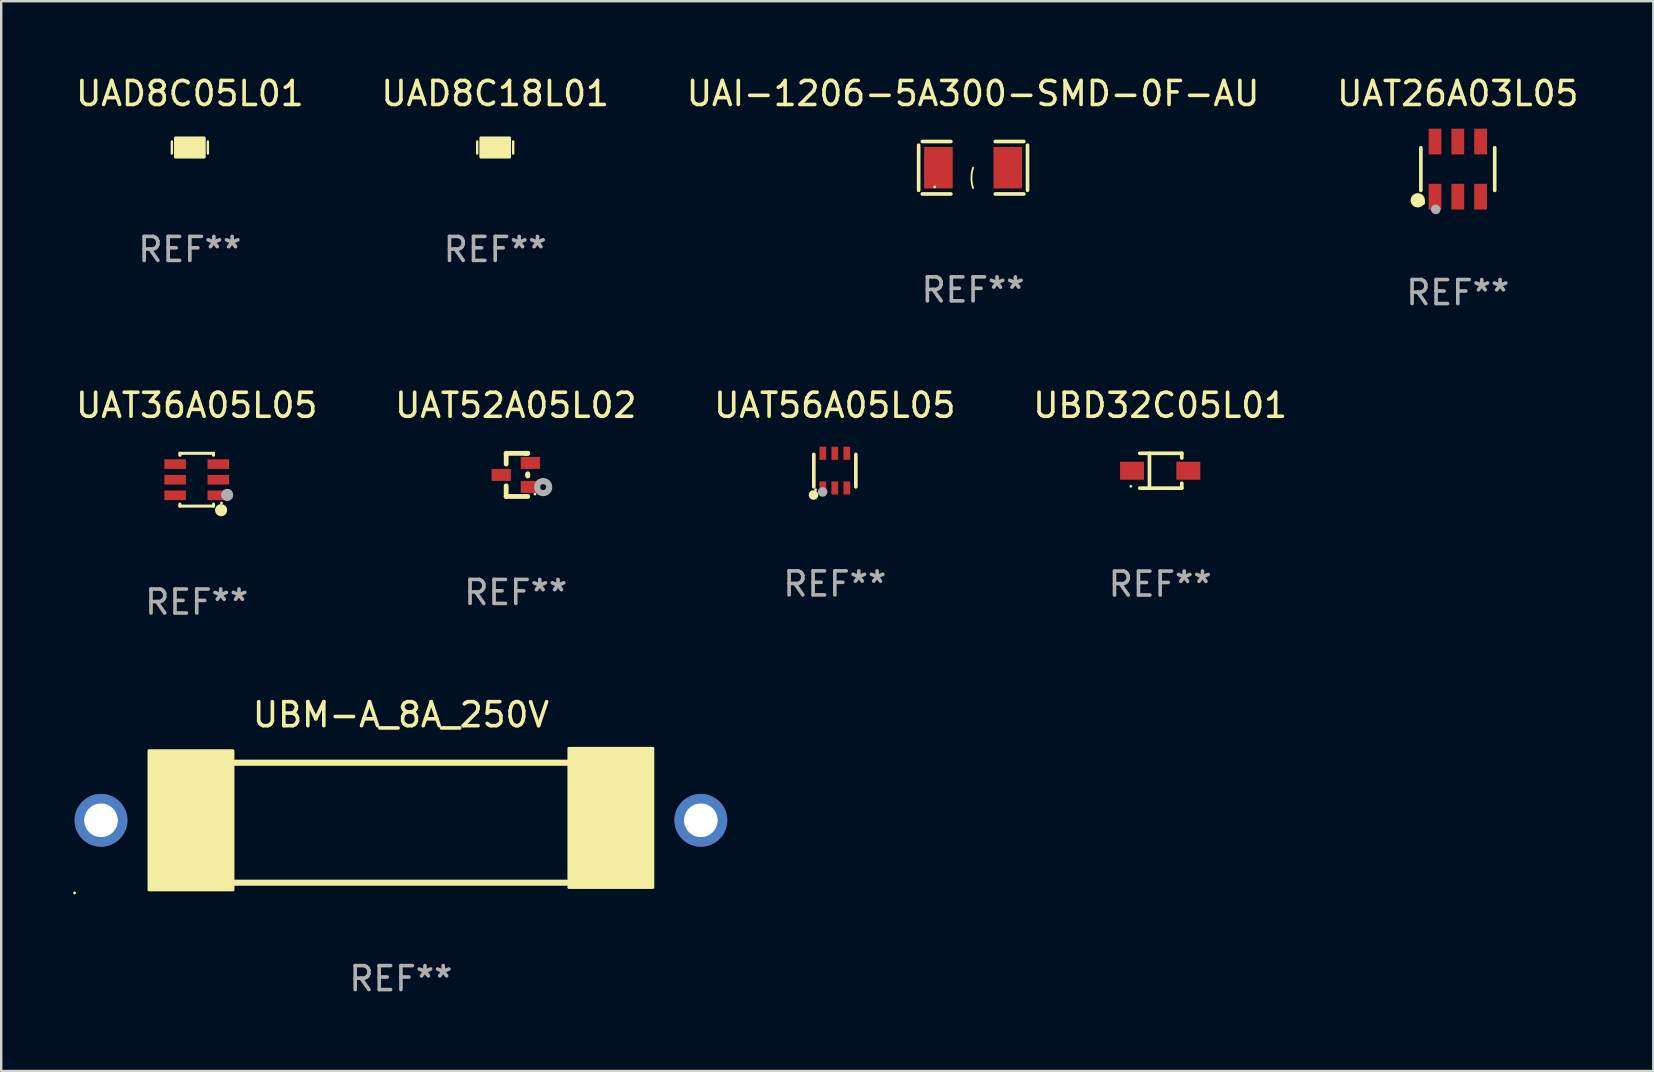
<source format=kicad_pcb>
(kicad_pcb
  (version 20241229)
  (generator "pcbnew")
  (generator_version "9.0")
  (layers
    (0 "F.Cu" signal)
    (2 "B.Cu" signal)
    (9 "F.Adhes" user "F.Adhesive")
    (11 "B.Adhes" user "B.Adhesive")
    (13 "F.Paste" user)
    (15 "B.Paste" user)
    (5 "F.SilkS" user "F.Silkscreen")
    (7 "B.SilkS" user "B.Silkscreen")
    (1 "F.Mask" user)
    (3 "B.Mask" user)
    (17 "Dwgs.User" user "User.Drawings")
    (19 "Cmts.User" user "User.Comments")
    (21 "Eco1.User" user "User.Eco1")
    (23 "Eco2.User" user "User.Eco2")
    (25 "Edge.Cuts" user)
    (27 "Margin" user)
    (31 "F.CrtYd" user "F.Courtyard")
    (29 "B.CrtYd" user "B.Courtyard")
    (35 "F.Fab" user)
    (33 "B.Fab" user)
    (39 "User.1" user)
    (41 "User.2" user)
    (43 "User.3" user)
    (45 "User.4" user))
  (footprint "UAT56A05L05"
    (layer "F.Cu")
    (at 31.744 16.565)
    (property "Reference" "UAT56A05L05" (at 0 -2.723 0) (layer "F.SilkS") (effects (font (size 1 1) (thickness 0.15))))
    (attr through_hole)
    (fp_line (start -0.876 0.676) (end -0.876 -0.676) (stroke (width 0.152) (type solid)) (layer "F.SilkS"))
    (fp_line (start 0.876 0.676) (end 0.876 -0.676) (stroke (width 0.152) (type solid)) (layer "F.SilkS"))
    (fp_circle (center -0.889 1.016) (end -0.789 1.016) (stroke (width 0.2) (type solid)) (fill no) (layer "F.SilkS"))
    (fp_circle (center -0.8 0.795) (end -0.77 0.795) (stroke (width 0.06) (type solid)) (fill no) (layer "F.SilkS"))
    (fp_circle (center -0.508 0.889) (end -0.408 0.889) (stroke (width 0.2) (type solid)) (fill no) (layer "F.Fab"))
    (fp_text user "REF**" (at 0 4.723 0) (layer "F.Fab") (effects (font (size 1 1) (thickness 0.15))))
    (pad "1" smd rect (at -0.5 0.723) (size 0.28 0.545) (layers "F.Cu" "F.Mask" "F.Paste"))
    (pad "2" smd rect (at 0 0.723) (size 0.28 0.545) (layers "F.Cu" "F.Mask" "F.Paste"))
    (pad "3" smd rect (at 0.5 0.723) (size 0.28 0.545) (layers "F.Cu" "F.Mask" "F.Paste"))
    (pad "4" smd rect (at 0.5 -0.723) (size 0.28 0.545) (layers "F.Cu" "F.Mask" "F.Paste"))
    (pad "5" smd rect (at 0 -0.723) (size 0.28 0.545) (layers "F.Cu" "F.Mask" "F.Paste"))
    (pad "6" smd rect (at -0.5 -0.723) (size 0.28 0.545) (layers "F.Cu" "F.Mask" "F.Paste")))
  (footprint "UAT36A05L05"
    (layer "F.Cu")
    (at 5.149 16.943)
    (property "Reference" "UAT36A05L05" (at 0 -3.1 0) (layer "F.SilkS") (effects (font (size 1 1) (thickness 0.15))))
    (attr through_hole)
    (fp_line (start -0.7 -1.018) (end -0.7 -1.1) (stroke (width 0.127) (type solid)) (layer "F.SilkS"))
    (fp_line (start -0.7 1.1) (end -0.7 1.018) (stroke (width 0.127) (type solid)) (layer "F.SilkS"))
    (fp_line (start 0.7 -1.1) (end -0.7 -1.1) (stroke (width 0.127) (type solid)) (layer "F.SilkS"))
    (fp_line (start 0.7 -1.018) (end 0.7 -1.1) (stroke (width 0.127) (type solid)) (layer "F.SilkS"))
    (fp_line (start 0.7 1.1) (end -0.7 1.1) (stroke (width 0.127) (type solid)) (layer "F.SilkS"))
    (fp_line (start 0.7 1.1) (end 0.7 1.018) (stroke (width 0.127) (type solid)) (layer "F.SilkS"))
    (fp_circle (center 1.016 1.27) (end 1.143 1.27) (stroke (width 0.254) (type solid)) (fill no) (layer "F.SilkS"))
    (fp_circle (center 1.032 0.97) (end 1.062 0.97) (stroke (width 0.06) (type solid)) (fill no) (layer "F.SilkS"))
    (fp_circle (center 1.27 0.635) (end 1.397 0.635) (stroke (width 0.254) (type solid)) (fill no) (layer "F.Fab"))
    (fp_text user "REF**" (at 0 5.1 0) (layer "F.Fab") (effects (font (size 1 1) (thickness 0.15))))
    (pad "1" smd rect (at 0.9 0.65 90) (size 0.4 0.9) (layers "F.Cu" "F.Mask" "F.Paste"))
    (pad "2" smd rect (at 0.9 -0.000102 90) (size 0.4 0.9) (layers "F.Cu" "F.Mask" "F.Paste"))
    (pad "3" smd rect (at 0.9 -0.65 90) (size 0.4 0.9) (layers "F.Cu" "F.Mask" "F.Paste"))
    (pad "4" smd rect (at -0.9 -0.65 90) (size 0.4 0.9) (layers "F.Cu" "F.Mask" "F.Paste"))
    (pad "5" smd rect (at -0.9 -0.000102 90) (size 0.4 0.9) (layers "F.Cu" "F.Mask" "F.Paste"))
    (pad "6" smd rect (at -0.9 0.65 90) (size 0.4 0.9) (layers "F.Cu" "F.Mask" "F.Paste")))
  (footprint "UAD8C18L01"
    (layer "F.Cu")
    (at 17.589 3.098)
    (property "Reference" "UAD8C18L01" (at 0 -2.25 0) (layer "F.SilkS") (effects (font (size 1 1) (thickness 0.15))))
    (attr through_hole)
    (fp_line (start -0.75 0.25) (end -0.75 -0.25) (stroke (width 0.1) (type solid)) (layer "F.SilkS"))
    (fp_line (start 0.75 -0.25) (end 0.75 0.25) (stroke (width 0.1) (type solid)) (layer "F.SilkS"))
    (fp_circle (center -0.5 0.3) (end -0.47 0.3) (stroke (width 0.06) (type solid)) (fill no) (layer "F.SilkS"))
    (fp_poly (pts (xy -0.6 -0.4) (xy 0.6 -0.4) (xy 0.6 0.4) (xy -0.6 0.4)) (stroke (width 0.12) (type solid)) (fill yes) (layer "F.SilkS"))
    (fp_text user "REF**" (at 0 4.25 0) (layer "F.Fab") (effects (font (size 1 1) (thickness 0.15))))
    (pad "1" smd rect (at -0.325 -0.000013) (size 0.3 0.6) (layers "F.Cu" "F.Mask" "F.Paste"))
    (pad "2" smd rect (at 0.325 -0.000013) (size 0.3 0.6) (layers "F.Cu" "F.Mask" "F.Paste")))
  (footprint "UAT52A05L02"
    (layer "F.Cu")
    (at 18.446 16.743)
    (property "Reference" "UAT52A05L02" (at 0 -2.9 0) (layer "F.SilkS") (effects (font (size 1 1) (thickness 0.15))))
    (attr through_hole)
    (fp_line (start -0.4 -0.9) (end 0.4 -0.9) (stroke (width 0.2) (type solid)) (layer "F.SilkS"))
    (fp_line (start -0.4 -0.454) (end -0.4 -0.9) (stroke (width 0.2) (type solid)) (layer "F.SilkS"))
    (fp_line (start -0.4 0.9) (end -0.4 0.454) (stroke (width 0.2) (type solid)) (layer "F.SilkS"))
    (fp_line (start 0.4 -0.9) (end 0.5 -0.9) (stroke (width 0.2) (type solid)) (layer "F.SilkS"))
    (fp_line (start 0.5 -0.9) (end 0.4 -0.9) (stroke (width 0.2) (type solid)) (layer "F.SilkS"))
    (fp_line (start 0.5 -0.046) (end 0.5 0.046) (stroke (width 0.2) (type solid)) (layer "F.SilkS"))
    (fp_line (start 0.5 -0.019) (end 0.5 0.019) (stroke (width 0.2) (type solid)) (layer "F.SilkS"))
    (fp_line (start 0.5 0.9) (end -0.4 0.9) (stroke (width 0.2) (type solid)) (layer "F.SilkS"))
    (fp_circle (center 0.8 0.8) (end 0.83 0.8) (stroke (width 0.06) (type solid)) (fill no) (layer "F.SilkS"))
    (fp_circle (center 1.143 0.508) (end 1.268 0.508) (stroke (width 0.254) (type solid)) (fill no) (layer "F.Fab"))
    (fp_text user "REF**" (at 0 4.9 0) (layer "F.Fab") (effects (font (size 1 1) (thickness 0.15))))
    (pad "1" smd rect (at 0.608 0.5) (size 0.8 0.5) (layers "F.Cu" "F.Mask" "F.Paste"))
    (pad "2" smd rect (at 0.608 -0.5) (size 0.8 0.5) (layers "F.Cu" "F.Mask" "F.Paste"))
    (pad "3" smd rect (at -0.608 0.000127) (size 0.8 0.5) (layers "F.Cu" "F.Mask" "F.Paste")))
  (footprint "UBD32C05L01"
    (layer "F.Cu")
    (at 45.304 16.569)
    (property "Reference" "UBD32C05L01" (at 0 -2.726 0) (layer "F.SilkS") (effects (font (size 1 1) (thickness 0.15))))
    (attr through_hole)
    (fp_line (start -0.851 -0.726) (end 0.901 -0.726) (stroke (width 0.152) (type solid)) (layer "F.SilkS"))
    (fp_line (start -0.851 0.726) (end 0.901 0.726) (stroke (width 0.152) (type solid)) (layer "F.SilkS"))
    (fp_line (start -0.447 -0.726) (end -0.447 0.726) (stroke (width 0.152) (type solid)) (layer "F.SilkS"))
    (fp_line (start 0.901 -0.726) (end 0.901 -0.53) (stroke (width 0.152) (type solid)) (layer "F.SilkS"))
    (fp_line (start 0.901 0.726) (end 0.901 0.52) (stroke (width 0.152) (type solid)) (layer "F.SilkS"))
    (fp_circle (center -1.225 0.65) (end -1.195 0.65) (stroke (width 0.06) (type solid)) (fill no) (layer "F.SilkS"))
    (fp_text user "REF**" (at 0 4.726 0) (layer "F.Fab") (effects (font (size 1 1) (thickness 0.15))))
    (pad "1" smd rect (at -1.173 0) (size 1 0.75) (layers "F.Cu" "F.Mask" "F.Paste"))
    (pad "2" smd rect (at 1.173 0) (size 1 0.75) (layers "F.Cu" "F.Mask" "F.Paste")))
  (footprint "UAD8C05L01"
    (layer "F.Cu")
    (at 4.863 3.098)
    (property "Reference" "UAD8C05L01" (at 0 -2.25 0) (layer "F.SilkS") (effects (font (size 1 1) (thickness 0.15))))
    (attr through_hole)
    (fp_line (start -0.75 0.25) (end -0.75 -0.25) (stroke (width 0.1) (type solid)) (layer "F.SilkS"))
    (fp_line (start 0.75 -0.25) (end 0.75 0.25) (stroke (width 0.1) (type solid)) (layer "F.SilkS"))
    (fp_circle (center -0.5 0.3) (end -0.47 0.3) (stroke (width 0.06) (type solid)) (fill no) (layer "F.SilkS"))
    (fp_poly (pts (xy -0.6 -0.4) (xy 0.6 -0.4) (xy 0.6 0.4) (xy -0.6 0.4)) (stroke (width 0.12) (type solid)) (fill yes) (layer "F.SilkS"))
    (fp_text user "REF**" (at 0 4.25 0) (layer "F.Fab") (effects (font (size 1 1) (thickness 0.15))))
    (pad "1" smd rect (at -0.325 -0.000013) (size 0.3 0.6) (layers "F.Cu" "F.Mask" "F.Paste"))
    (pad "2" smd rect (at 0.325 -0.000013) (size 0.3 0.6) (layers "F.Cu" "F.Mask" "F.Paste")))
  (footprint "UAI-1206-5A300-SMD-0F-AU"
    (layer "F.Cu")
    (at 37.506 3.941)
    (property "Reference" "UAI-1206-5A300-SMD-0F-AU" (at 0 -3.093 0) (layer "F.SilkS") (effects (font (size 1 1) (thickness 0.15))))
    (attr through_hole)
    (fp_line (start -2.269 -0.94) (end -2.269 0.94) (stroke (width 0.152) (type solid)) (layer "F.SilkS"))
    (fp_line (start -2.116 1.093) (end -0.926 1.093) (stroke (width 0.152) (type solid)) (layer "F.SilkS"))
    (fp_line (start -0.926 -1.093) (end -2.116 -1.093) (stroke (width 0.152) (type solid)) (layer "F.SilkS"))
    (fp_line (start 0.926 -1.093) (end 2.116 -1.093) (stroke (width 0.152) (type solid)) (layer "F.SilkS"))
    (fp_line (start 2.116 1.093) (end 0.926 1.093) (stroke (width 0.152) (type solid)) (layer "F.SilkS"))
    (fp_line (start 2.269 -0.94) (end 2.269 0.94) (stroke (width 0.152) (type solid)) (layer "F.SilkS"))
    (fp_arc (start 0 0.844951) (mid -0.068559 0.422475) (end 0 0) (stroke (width 0.0762) (type solid)) (layer "F.SilkS"))
    (fp_circle (center -1.6 0.8) (end -1.57 0.8) (stroke (width 0.06) (type solid)) (fill no) (layer "F.SilkS"))
    (fp_text user "REF**" (at 0 5.093 0) (layer "F.Fab") (effects (font (size 1 1) (thickness 0.15))))
    (pad "1" smd rect (at -1.445 0) (size 1.19 1.728) (layers "F.Cu" "F.Mask" "F.Paste"))
    (pad "2" smd rect (at 1.445 0) (size 1.19 1.728) (layers "F.Cu" "F.Mask" "F.Paste")))
  (footprint "UBM-A_8A_250V"
    (layer "F.Cu")
    (at 13.66 31.239)
    (property "Reference" "UBM-A_8A_250V" (at 0 -4.5 0) (layer "F.SilkS") (effects (font (size 1 1) (thickness 0.15))))
    (attr through_hole)
    (fp_line (start -7 2.5) (end 6.9 2.5) (stroke (width 0.254) (type solid)) (layer "F.SilkS"))
    (fp_line (start -6.9 -2.5) (end 7 -2.5) (stroke (width 0.254) (type solid)) (layer "F.SilkS"))
    (fp_circle (center -13.6 2.927) (end -13.57 2.927) (stroke (width 0.06) (type solid)) (fill no) (layer "F.SilkS"))
    (fp_poly (pts (xy -10.5 -3) (xy -7 -3) (xy -7 2.8) (xy -10.5 2.8)) (stroke (width 0.12) (type solid)) (fill yes) (layer "F.SilkS"))
    (fp_poly (pts (xy 7 -3.1) (xy 10.5 -3.1) (xy 10.5 2.7) (xy 7 2.7)) (stroke (width 0.12) (type solid)) (fill yes) (layer "F.SilkS"))
    (fp_text user "REF**" (at 0 6.5 0) (layer "F.Fab") (effects (font (size 1 1) (thickness 0.15))))
    (pad "1" thru_hole circle (at -12.5 -0.1) (size 2.2 2.2) (drill 1.4) (layers "*.Cu" "*.Mask"))
    (pad "2" thru_hole circle (at 12.5 -0.1) (size 2.2 2.2) (drill 1.4) (layers "*.Cu" "*.Mask")))
  (footprint "UAT26A03L05"
    (layer "F.Cu")
    (at 57.708 3.997)
    (property "Reference" "UAT26A03L05" (at 0 -3.149 0) (layer "F.SilkS") (effects (font (size 1 1) (thickness 0.15))))
    (attr through_hole)
    (fp_line (start -1.539 0.889) (end -1.539 -0.889) (stroke (width 0.152) (type solid)) (layer "F.SilkS"))
    (fp_line (start 1.539 0.889) (end 1.539 -0.889) (stroke (width 0.152) (type solid)) (layer "F.SilkS"))
    (fp_circle (center -1.668 1.301) (end -1.518 1.301) (stroke (width 0.3) (type solid)) (fill no) (layer "F.SilkS"))
    (fp_circle (center -1.463 1.4) (end -1.413 1.4) (stroke (width 0.1) (type solid)) (fill no) (layer "F.SilkS"))
    (fp_circle (center -0.92 1.68) (end -0.82 1.68) (stroke (width 0.2) (type solid)) (fill no) (layer "F.Fab"))
    (fp_text user "REF**" (at 0 5.149 0) (layer "F.Fab") (effects (font (size 1 1) (thickness 0.15))))
    (pad "1" smd rect (at -0.95 1.149) (size 0.532 1.072) (layers "F.Cu" "F.Mask" "F.Paste"))
    (pad "2" smd rect (at 0 1.149) (size 0.532 1.072) (layers "F.Cu" "F.Mask" "F.Paste"))
    (pad "3" smd rect (at 0.95 1.149) (size 0.532 1.072) (layers "F.Cu" "F.Mask" "F.Paste"))
    (pad "4" smd rect (at 0.95 -1.149) (size 0.532 1.072) (layers "F.Cu" "F.Mask" "F.Paste"))
    (pad "5" smd rect (at 0 -1.149) (size 0.532 1.072) (layers "F.Cu" "F.Mask" "F.Paste"))
    (pad "6" smd rect (at -0.95 -1.149) (size 0.532 1.072) (layers "F.Cu" "F.Mask" "F.Paste")))
  (gr_rect
    (start -3 -3)
    (end 65.857 41.588)
    (stroke (width 0.1) (type default))
    (fill no)
    (layer "Edge.Cuts")))
</source>
